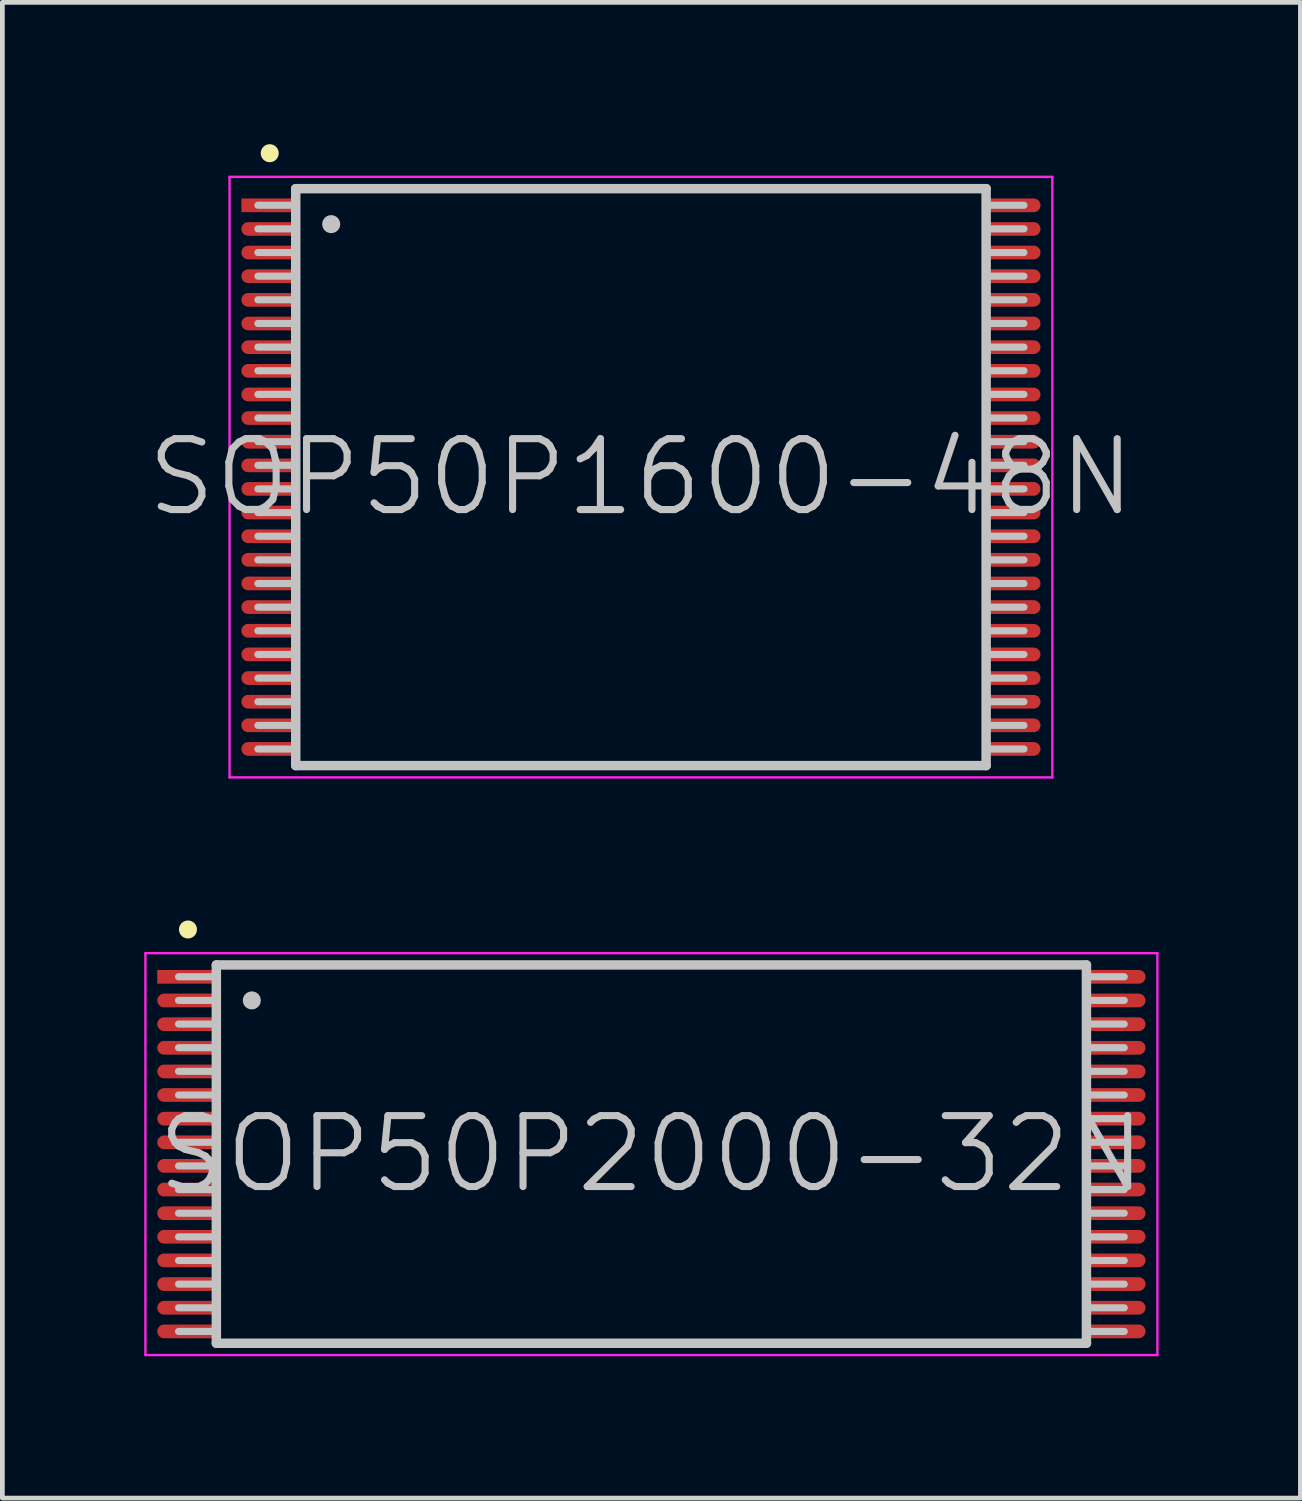
<source format=kicad_pcb>
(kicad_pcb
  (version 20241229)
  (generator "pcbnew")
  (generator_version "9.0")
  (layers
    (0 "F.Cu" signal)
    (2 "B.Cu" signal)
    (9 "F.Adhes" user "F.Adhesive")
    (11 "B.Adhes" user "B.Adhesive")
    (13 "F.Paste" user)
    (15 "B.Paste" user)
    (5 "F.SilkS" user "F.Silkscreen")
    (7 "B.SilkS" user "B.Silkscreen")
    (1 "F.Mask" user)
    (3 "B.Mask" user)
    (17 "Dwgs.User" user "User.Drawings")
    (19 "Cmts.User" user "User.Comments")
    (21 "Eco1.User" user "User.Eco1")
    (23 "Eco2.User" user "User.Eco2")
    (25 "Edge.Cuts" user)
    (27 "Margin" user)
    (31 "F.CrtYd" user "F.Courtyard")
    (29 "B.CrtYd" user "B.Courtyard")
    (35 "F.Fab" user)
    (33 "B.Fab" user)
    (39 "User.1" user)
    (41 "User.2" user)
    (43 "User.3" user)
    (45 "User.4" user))
  (footprint "SOP50P1600-48N"
    (layer "F.Cu")
    (at 10.504 7.04)
    (property "Reference" "SOP50P1600-48N" (at 0 0 0) (layer "Dwgs.User") (effects (font (size 1.5 1.5) (thickness 0.15))))
    (attr smd)
    (fp_line (start -7.85 -6.85) (end -7.85 -6.85) (stroke (width 0.381) (type solid)) (layer "F.SilkS"))
    (fp_line (start -7.3 -6.1) (end -7.3 6.1) (stroke (width 0.2) (type solid)) (layer "Dwgs.User"))
    (fp_line (start -7.3 -6.1) (end 7.3 -6.1) (stroke (width 0.2) (type solid)) (layer "Dwgs.User"))
    (fp_line (start -7.3 -5.75) (end -8.1 -5.75) (stroke (width 0.15) (type solid)) (layer "Dwgs.User"))
    (fp_line (start -7.3 -5.25) (end -8.1 -5.25) (stroke (width 0.15) (type solid)) (layer "Dwgs.User"))
    (fp_line (start -7.3 -4.75) (end -8.1 -4.75) (stroke (width 0.15) (type solid)) (layer "Dwgs.User"))
    (fp_line (start -7.3 -4.25) (end -8.1 -4.25) (stroke (width 0.15) (type solid)) (layer "Dwgs.User"))
    (fp_line (start -7.3 -3.75) (end -8.1 -3.75) (stroke (width 0.15) (type solid)) (layer "Dwgs.User"))
    (fp_line (start -7.3 -3.25) (end -8.1 -3.25) (stroke (width 0.15) (type solid)) (layer "Dwgs.User"))
    (fp_line (start -7.3 -2.75) (end -8.1 -2.75) (stroke (width 0.15) (type solid)) (layer "Dwgs.User"))
    (fp_line (start -7.3 -2.25) (end -8.1 -2.25) (stroke (width 0.15) (type solid)) (layer "Dwgs.User"))
    (fp_line (start -7.3 -1.75) (end -8.1 -1.75) (stroke (width 0.15) (type solid)) (layer "Dwgs.User"))
    (fp_line (start -7.3 -1.25) (end -8.1 -1.25) (stroke (width 0.15) (type solid)) (layer "Dwgs.User"))
    (fp_line (start -7.3 -0.75) (end -8.1 -0.75) (stroke (width 0.15) (type solid)) (layer "Dwgs.User"))
    (fp_line (start -7.3 -0.25) (end -8.1 -0.25) (stroke (width 0.15) (type solid)) (layer "Dwgs.User"))
    (fp_line (start -7.3 0.25) (end -8.1 0.25) (stroke (width 0.15) (type solid)) (layer "Dwgs.User"))
    (fp_line (start -7.3 0.75) (end -8.1 0.75) (stroke (width 0.15) (type solid)) (layer "Dwgs.User"))
    (fp_line (start -7.3 1.25) (end -8.1 1.25) (stroke (width 0.15) (type solid)) (layer "Dwgs.User"))
    (fp_line (start -7.3 1.75) (end -8.1 1.75) (stroke (width 0.15) (type solid)) (layer "Dwgs.User"))
    (fp_line (start -7.3 2.25) (end -8.1 2.25) (stroke (width 0.15) (type solid)) (layer "Dwgs.User"))
    (fp_line (start -7.3 2.75) (end -8.1 2.75) (stroke (width 0.15) (type solid)) (layer "Dwgs.User"))
    (fp_line (start -7.3 3.25) (end -8.1 3.25) (stroke (width 0.15) (type solid)) (layer "Dwgs.User"))
    (fp_line (start -7.3 3.75) (end -8.1 3.75) (stroke (width 0.15) (type solid)) (layer "Dwgs.User"))
    (fp_line (start -7.3 4.25) (end -8.1 4.25) (stroke (width 0.15) (type solid)) (layer "Dwgs.User"))
    (fp_line (start -7.3 4.75) (end -8.1 4.75) (stroke (width 0.15) (type solid)) (layer "Dwgs.User"))
    (fp_line (start -7.3 5.25) (end -8.1 5.25) (stroke (width 0.15) (type solid)) (layer "Dwgs.User"))
    (fp_line (start -7.3 5.75) (end -8.1 5.75) (stroke (width 0.15) (type solid)) (layer "Dwgs.User"))
    (fp_line (start -7.3 6.1) (end 7.3 6.1) (stroke (width 0.2) (type solid)) (layer "Dwgs.User"))
    (fp_line (start -6.55 -5.35) (end -6.55 -5.35) (stroke (width 0.381) (type solid)) (layer "Dwgs.User"))
    (fp_line (start 7.3 -6.1) (end 7.3 6.1) (stroke (width 0.2) (type solid)) (layer "Dwgs.User"))
    (fp_line (start 8.1 -5.75) (end 7.3 -5.75) (stroke (width 0.15) (type solid)) (layer "Dwgs.User"))
    (fp_line (start 8.1 -5.25) (end 7.3 -5.25) (stroke (width 0.15) (type solid)) (layer "Dwgs.User"))
    (fp_line (start 8.1 -4.75) (end 7.3 -4.75) (stroke (width 0.15) (type solid)) (layer "Dwgs.User"))
    (fp_line (start 8.1 -4.25) (end 7.3 -4.25) (stroke (width 0.15) (type solid)) (layer "Dwgs.User"))
    (fp_line (start 8.1 -3.75) (end 7.3 -3.75) (stroke (width 0.15) (type solid)) (layer "Dwgs.User"))
    (fp_line (start 8.1 -3.25) (end 7.3 -3.25) (stroke (width 0.15) (type solid)) (layer "Dwgs.User"))
    (fp_line (start 8.1 -2.75) (end 7.3 -2.75) (stroke (width 0.15) (type solid)) (layer "Dwgs.User"))
    (fp_line (start 8.1 -2.25) (end 7.3 -2.25) (stroke (width 0.15) (type solid)) (layer "Dwgs.User"))
    (fp_line (start 8.1 -1.75) (end 7.3 -1.75) (stroke (width 0.15) (type solid)) (layer "Dwgs.User"))
    (fp_line (start 8.1 -1.25) (end 7.3 -1.25) (stroke (width 0.15) (type solid)) (layer "Dwgs.User"))
    (fp_line (start 8.1 -0.75) (end 7.3 -0.75) (stroke (width 0.15) (type solid)) (layer "Dwgs.User"))
    (fp_line (start 8.1 -0.25) (end 7.3 -0.25) (stroke (width 0.15) (type solid)) (layer "Dwgs.User"))
    (fp_line (start 8.1 0.25) (end 7.3 0.25) (stroke (width 0.15) (type solid)) (layer "Dwgs.User"))
    (fp_line (start 8.1 0.75) (end 7.3 0.75) (stroke (width 0.15) (type solid)) (layer "Dwgs.User"))
    (fp_line (start 8.1 1.25) (end 7.3 1.25) (stroke (width 0.15) (type solid)) (layer "Dwgs.User"))
    (fp_line (start 8.1 1.75) (end 7.3 1.75) (stroke (width 0.15) (type solid)) (layer "Dwgs.User"))
    (fp_line (start 8.1 2.25) (end 7.3 2.25) (stroke (width 0.15) (type solid)) (layer "Dwgs.User"))
    (fp_line (start 8.1 2.75) (end 7.3 2.75) (stroke (width 0.15) (type solid)) (layer "Dwgs.User"))
    (fp_line (start 8.1 3.25) (end 7.3 3.25) (stroke (width 0.15) (type solid)) (layer "Dwgs.User"))
    (fp_line (start 8.1 3.75) (end 7.3 3.75) (stroke (width 0.15) (type solid)) (layer "Dwgs.User"))
    (fp_line (start 8.1 4.25) (end 7.3 4.25) (stroke (width 0.15) (type solid)) (layer "Dwgs.User"))
    (fp_line (start 8.1 4.75) (end 7.3 4.75) (stroke (width 0.15) (type solid)) (layer "Dwgs.User"))
    (fp_line (start 8.1 5.25) (end 7.3 5.25) (stroke (width 0.15) (type solid)) (layer "Dwgs.User"))
    (fp_line (start 8.1 5.75) (end 7.3 5.75) (stroke (width 0.15) (type solid)) (layer "Dwgs.User"))
    (fp_line (start -8.7 -6.35) (end -8.7 6.35) (stroke (width 0.05) (type solid)) (layer "F.CrtYd"))
    (fp_line (start -8.7 -6.35) (end 8.7 -6.35) (stroke (width 0.05) (type solid)) (layer "F.CrtYd"))
    (fp_line (start -8.7 6.35) (end 8.7 6.35) (stroke (width 0.05) (type solid)) (layer "F.CrtYd"))
    (fp_line (start 8.7 -6.35) (end 8.7 6.35) (stroke (width 0.05) (type solid)) (layer "F.CrtYd"))
    (pad "1" smd rect (at -7.849 -5.748 90) (size 0.29 1.2) (layers "F.Cu" "F.Mask" "F.Paste"))
    (pad "2" smd oval (at -7.849 -5.248 90) (size 0.29 1.2) (layers "F.Cu" "F.Mask" "F.Paste"))
    (pad "3" smd oval (at -7.849 -4.75 90) (size 0.29 1.2) (layers "F.Cu" "F.Mask" "F.Paste"))
    (pad "4" smd oval (at -7.849 -4.249 90) (size 0.29 1.2) (layers "F.Cu" "F.Mask" "F.Paste"))
    (pad "5" smd oval (at -7.849 -3.749 90) (size 0.29 1.2) (layers "F.Cu" "F.Mask" "F.Paste"))
    (pad "6" smd oval (at -7.849 -3.249 90) (size 0.29 1.2) (layers "F.Cu" "F.Mask" "F.Paste"))
    (pad "7" smd oval (at -7.849 -2.748 90) (size 0.29 1.2) (layers "F.Cu" "F.Mask" "F.Paste"))
    (pad "8" smd oval (at -7.849 -2.248 90) (size 0.29 1.2) (layers "F.Cu" "F.Mask" "F.Paste"))
    (pad "9" smd oval (at -7.849 -1.748 90) (size 0.29 1.2) (layers "F.Cu" "F.Mask" "F.Paste"))
    (pad "10" smd oval (at -7.849 -1.25 90) (size 0.29 1.2) (layers "F.Cu" "F.Mask" "F.Paste"))
    (pad "11" smd oval (at -7.849 -0.749 90) (size 0.29 1.2) (layers "F.Cu" "F.Mask" "F.Paste"))
    (pad "12" smd oval (at -7.849 -0.249 90) (size 0.29 1.2) (layers "F.Cu" "F.Mask" "F.Paste"))
    (pad "13" smd oval (at -7.849 0.249 90) (size 0.29 1.2) (layers "F.Cu" "F.Mask" "F.Paste"))
    (pad "14" smd oval (at -7.849 0.749 90) (size 0.29 1.2) (layers "F.Cu" "F.Mask" "F.Paste"))
    (pad "15" smd oval (at -7.849 1.25 90) (size 0.29 1.2) (layers "F.Cu" "F.Mask" "F.Paste"))
    (pad "16" smd oval (at -7.849 1.748 90) (size 0.29 1.2) (layers "F.Cu" "F.Mask" "F.Paste"))
    (pad "17" smd oval (at -7.849 2.248 90) (size 0.29 1.2) (layers "F.Cu" "F.Mask" "F.Paste"))
    (pad "18" smd oval (at -7.849 2.748 90) (size 0.29 1.2) (layers "F.Cu" "F.Mask" "F.Paste"))
    (pad "19" smd oval (at -7.849 3.249 90) (size 0.29 1.2) (layers "F.Cu" "F.Mask" "F.Paste"))
    (pad "20" smd oval (at -7.849 3.749 90) (size 0.29 1.2) (layers "F.Cu" "F.Mask" "F.Paste"))
    (pad "21" smd oval (at -7.849 4.249 90) (size 0.29 1.2) (layers "F.Cu" "F.Mask" "F.Paste"))
    (pad "22" smd oval (at -7.849 4.75 90) (size 0.29 1.2) (layers "F.Cu" "F.Mask" "F.Paste"))
    (pad "23" smd oval (at -7.849 5.248 90) (size 0.29 1.2) (layers "F.Cu" "F.Mask" "F.Paste"))
    (pad "24" smd oval (at -7.849 5.748 90) (size 0.29 1.2) (layers "F.Cu" "F.Mask" "F.Paste"))
    (pad "25" smd oval (at 7.849 5.748 270) (size 0.29 1.2) (layers "F.Cu" "F.Mask" "F.Paste"))
    (pad "26" smd oval (at 7.849 5.248 270) (size 0.29 1.2) (layers "F.Cu" "F.Mask" "F.Paste"))
    (pad "27" smd oval (at 7.849 4.75 270) (size 0.29 1.2) (layers "F.Cu" "F.Mask" "F.Paste"))
    (pad "28" smd oval (at 7.849 4.249 270) (size 0.29 1.2) (layers "F.Cu" "F.Mask" "F.Paste"))
    (pad "29" smd oval (at 7.849 3.749 270) (size 0.29 1.2) (layers "F.Cu" "F.Mask" "F.Paste"))
    (pad "30" smd oval (at 7.849 3.249 270) (size 0.29 1.2) (layers "F.Cu" "F.Mask" "F.Paste"))
    (pad "31" smd oval (at 7.849 2.748 270) (size 0.29 1.2) (layers "F.Cu" "F.Mask" "F.Paste"))
    (pad "32" smd oval (at 7.849 2.248 270) (size 0.29 1.2) (layers "F.Cu" "F.Mask" "F.Paste"))
    (pad "33" smd oval (at 7.849 1.748 270) (size 0.29 1.2) (layers "F.Cu" "F.Mask" "F.Paste"))
    (pad "34" smd oval (at 7.849 1.25 270) (size 0.29 1.2) (layers "F.Cu" "F.Mask" "F.Paste"))
    (pad "35" smd oval (at 7.849 0.749 270) (size 0.29 1.2) (layers "F.Cu" "F.Mask" "F.Paste"))
    (pad "36" smd oval (at 7.849 0.249 270) (size 0.29 1.2) (layers "F.Cu" "F.Mask" "F.Paste"))
    (pad "37" smd oval (at 7.849 -0.249 270) (size 0.29 1.2) (layers "F.Cu" "F.Mask" "F.Paste"))
    (pad "38" smd oval (at 7.849 -0.749 270) (size 0.29 1.2) (layers "F.Cu" "F.Mask" "F.Paste"))
    (pad "39" smd oval (at 7.849 -1.25 270) (size 0.29 1.2) (layers "F.Cu" "F.Mask" "F.Paste"))
    (pad "40" smd oval (at 7.849 -1.748 270) (size 0.29 1.2) (layers "F.Cu" "F.Mask" "F.Paste"))
    (pad "41" smd oval (at 7.849 -2.248 270) (size 0.29 1.2) (layers "F.Cu" "F.Mask" "F.Paste"))
    (pad "42" smd oval (at 7.849 -2.748 270) (size 0.29 1.2) (layers "F.Cu" "F.Mask" "F.Paste"))
    (pad "43" smd oval (at 7.849 -3.249 270) (size 0.29 1.2) (layers "F.Cu" "F.Mask" "F.Paste"))
    (pad "44" smd oval (at 7.849 -3.749 270) (size 0.29 1.2) (layers "F.Cu" "F.Mask" "F.Paste"))
    (pad "45" smd oval (at 7.849 -4.249 270) (size 0.29 1.2) (layers "F.Cu" "F.Mask" "F.Paste"))
    (pad "46" smd oval (at 7.849 -4.75 270) (size 0.29 1.2) (layers "F.Cu" "F.Mask" "F.Paste"))
    (pad "47" smd oval (at 7.849 -5.248 270) (size 0.29 1.2) (layers "F.Cu" "F.Mask" "F.Paste"))
    (pad "48" smd oval (at 7.849 -5.748 270) (size 0.29 1.2) (layers "F.Cu" "F.Mask" "F.Paste")))
  (footprint "SOP50P2000-32N"
    (layer "F.Cu")
    (at 10.725 21.356)
    (property "Reference" "SOP50P2000-32N" (at 0 0 0) (layer "Dwgs.User") (effects (font (size 1.5 1.5) (thickness 0.15))))
    (attr smd)
    (fp_line (start -9.8 -4.75) (end -9.8 -4.75) (stroke (width 0.381) (type solid)) (layer "F.SilkS"))
    (fp_line (start -9.2 -4) (end -9.2 4) (stroke (width 0.2) (type solid)) (layer "Dwgs.User"))
    (fp_line (start -9.2 -4) (end 9.2 -4) (stroke (width 0.2) (type solid)) (layer "Dwgs.User"))
    (fp_line (start -9.2 -3.75) (end -10 -3.75) (stroke (width 0.15) (type solid)) (layer "Dwgs.User"))
    (fp_line (start -9.2 -3.25) (end -10 -3.25) (stroke (width 0.15) (type solid)) (layer "Dwgs.User"))
    (fp_line (start -9.2 -2.75) (end -10 -2.75) (stroke (width 0.15) (type solid)) (layer "Dwgs.User"))
    (fp_line (start -9.2 -2.25) (end -10 -2.25) (stroke (width 0.15) (type solid)) (layer "Dwgs.User"))
    (fp_line (start -9.2 -1.75) (end -10 -1.75) (stroke (width 0.15) (type solid)) (layer "Dwgs.User"))
    (fp_line (start -9.2 -1.25) (end -10 -1.25) (stroke (width 0.15) (type solid)) (layer "Dwgs.User"))
    (fp_line (start -9.2 -0.75) (end -10 -0.75) (stroke (width 0.15) (type solid)) (layer "Dwgs.User"))
    (fp_line (start -9.2 -0.25) (end -10 -0.25) (stroke (width 0.15) (type solid)) (layer "Dwgs.User"))
    (fp_line (start -9.2 0.25) (end -10 0.25) (stroke (width 0.15) (type solid)) (layer "Dwgs.User"))
    (fp_line (start -9.2 0.75) (end -10 0.75) (stroke (width 0.15) (type solid)) (layer "Dwgs.User"))
    (fp_line (start -9.2 1.25) (end -10 1.25) (stroke (width 0.15) (type solid)) (layer "Dwgs.User"))
    (fp_line (start -9.2 1.75) (end -10 1.75) (stroke (width 0.15) (type solid)) (layer "Dwgs.User"))
    (fp_line (start -9.2 2.25) (end -10 2.25) (stroke (width 0.15) (type solid)) (layer "Dwgs.User"))
    (fp_line (start -9.2 2.75) (end -10 2.75) (stroke (width 0.15) (type solid)) (layer "Dwgs.User"))
    (fp_line (start -9.2 3.25) (end -10 3.25) (stroke (width 0.15) (type solid)) (layer "Dwgs.User"))
    (fp_line (start -9.2 3.75) (end -10 3.75) (stroke (width 0.15) (type solid)) (layer "Dwgs.User"))
    (fp_line (start -9.2 4) (end 9.2 4) (stroke (width 0.2) (type solid)) (layer "Dwgs.User"))
    (fp_line (start -8.45 -3.25) (end -8.45 -3.25) (stroke (width 0.381) (type solid)) (layer "Dwgs.User"))
    (fp_line (start 9.2 -4) (end 9.2 4) (stroke (width 0.2) (type solid)) (layer "Dwgs.User"))
    (fp_line (start 10 -3.75) (end 9.2 -3.75) (stroke (width 0.15) (type solid)) (layer "Dwgs.User"))
    (fp_line (start 10 -3.25) (end 9.2 -3.25) (stroke (width 0.15) (type solid)) (layer "Dwgs.User"))
    (fp_line (start 10 -2.75) (end 9.2 -2.75) (stroke (width 0.15) (type solid)) (layer "Dwgs.User"))
    (fp_line (start 10 -2.25) (end 9.2 -2.25) (stroke (width 0.15) (type solid)) (layer "Dwgs.User"))
    (fp_line (start 10 -1.75) (end 9.2 -1.75) (stroke (width 0.15) (type solid)) (layer "Dwgs.User"))
    (fp_line (start 10 -1.25) (end 9.2 -1.25) (stroke (width 0.15) (type solid)) (layer "Dwgs.User"))
    (fp_line (start 10 -0.75) (end 9.2 -0.75) (stroke (width 0.15) (type solid)) (layer "Dwgs.User"))
    (fp_line (start 10 -0.25) (end 9.2 -0.25) (stroke (width 0.15) (type solid)) (layer "Dwgs.User"))
    (fp_line (start 10 0.25) (end 9.2 0.25) (stroke (width 0.15) (type solid)) (layer "Dwgs.User"))
    (fp_line (start 10 0.75) (end 9.2 0.75) (stroke (width 0.15) (type solid)) (layer "Dwgs.User"))
    (fp_line (start 10 1.25) (end 9.2 1.25) (stroke (width 0.15) (type solid)) (layer "Dwgs.User"))
    (fp_line (start 10 1.75) (end 9.2 1.75) (stroke (width 0.15) (type solid)) (layer "Dwgs.User"))
    (fp_line (start 10 2.25) (end 9.2 2.25) (stroke (width 0.15) (type solid)) (layer "Dwgs.User"))
    (fp_line (start 10 2.75) (end 9.2 2.75) (stroke (width 0.15) (type solid)) (layer "Dwgs.User"))
    (fp_line (start 10 3.25) (end 9.2 3.25) (stroke (width 0.15) (type solid)) (layer "Dwgs.User"))
    (fp_line (start 10 3.75) (end 9.2 3.75) (stroke (width 0.15) (type solid)) (layer "Dwgs.User"))
    (fp_line (start -10.7 -4.25) (end -10.7 4.25) (stroke (width 0.05) (type solid)) (layer "F.CrtYd"))
    (fp_line (start -10.7 -4.25) (end 10.7 -4.25) (stroke (width 0.05) (type solid)) (layer "F.CrtYd"))
    (fp_line (start -10.7 4.25) (end 10.7 4.25) (stroke (width 0.05) (type solid)) (layer "F.CrtYd"))
    (fp_line (start 10.7 -4.25) (end 10.7 4.25) (stroke (width 0.05) (type solid)) (layer "F.CrtYd"))
    (pad "1" smd rect (at -9.799 -3.749 90) (size 0.29 1.3) (layers "F.Cu" "F.Mask" "F.Paste"))
    (pad "2" smd oval (at -9.799 -3.249 90) (size 0.29 1.3) (layers "F.Cu" "F.Mask" "F.Paste"))
    (pad "3" smd oval (at -9.799 -2.748 90) (size 0.29 1.3) (layers "F.Cu" "F.Mask" "F.Paste"))
    (pad "4" smd oval (at -9.799 -2.248 90) (size 0.29 1.3) (layers "F.Cu" "F.Mask" "F.Paste"))
    (pad "5" smd oval (at -9.799 -1.748 90) (size 0.29 1.3) (layers "F.Cu" "F.Mask" "F.Paste"))
    (pad "6" smd oval (at -9.799 -1.25 90) (size 0.29 1.3) (layers "F.Cu" "F.Mask" "F.Paste"))
    (pad "7" smd oval (at -9.799 -0.749 90) (size 0.29 1.3) (layers "F.Cu" "F.Mask" "F.Paste"))
    (pad "8" smd oval (at -9.799 -0.249 90) (size 0.29 1.3) (layers "F.Cu" "F.Mask" "F.Paste"))
    (pad "9" smd oval (at -9.799 0.249 90) (size 0.29 1.3) (layers "F.Cu" "F.Mask" "F.Paste"))
    (pad "10" smd oval (at -9.799 0.749 90) (size 0.29 1.3) (layers "F.Cu" "F.Mask" "F.Paste"))
    (pad "11" smd oval (at -9.799 1.25 90) (size 0.29 1.3) (layers "F.Cu" "F.Mask" "F.Paste"))
    (pad "12" smd oval (at -9.799 1.748 90) (size 0.29 1.3) (layers "F.Cu" "F.Mask" "F.Paste"))
    (pad "13" smd oval (at -9.799 2.248 90) (size 0.29 1.3) (layers "F.Cu" "F.Mask" "F.Paste"))
    (pad "14" smd oval (at -9.799 2.748 90) (size 0.29 1.3) (layers "F.Cu" "F.Mask" "F.Paste"))
    (pad "15" smd oval (at -9.799 3.249 90) (size 0.29 1.3) (layers "F.Cu" "F.Mask" "F.Paste"))
    (pad "16" smd oval (at -9.799 3.749 90) (size 0.29 1.3) (layers "F.Cu" "F.Mask" "F.Paste"))
    (pad "17" smd oval (at 9.799 3.749 270) (size 0.29 1.3) (layers "F.Cu" "F.Mask" "F.Paste"))
    (pad "18" smd oval (at 9.799 3.249 270) (size 0.29 1.3) (layers "F.Cu" "F.Mask" "F.Paste"))
    (pad "19" smd oval (at 9.799 2.748 270) (size 0.29 1.3) (layers "F.Cu" "F.Mask" "F.Paste"))
    (pad "20" smd oval (at 9.799 2.248 270) (size 0.29 1.3) (layers "F.Cu" "F.Mask" "F.Paste"))
    (pad "21" smd oval (at 9.799 1.748 270) (size 0.29 1.3) (layers "F.Cu" "F.Mask" "F.Paste"))
    (pad "22" smd oval (at 9.799 1.25 270) (size 0.29 1.3) (layers "F.Cu" "F.Mask" "F.Paste"))
    (pad "23" smd oval (at 9.799 0.749 270) (size 0.29 1.3) (layers "F.Cu" "F.Mask" "F.Paste"))
    (pad "24" smd oval (at 9.799 0.249 270) (size 0.29 1.3) (layers "F.Cu" "F.Mask" "F.Paste"))
    (pad "25" smd oval (at 9.799 -0.249 270) (size 0.29 1.3) (layers "F.Cu" "F.Mask" "F.Paste"))
    (pad "26" smd oval (at 9.799 -0.749 270) (size 0.29 1.3) (layers "F.Cu" "F.Mask" "F.Paste"))
    (pad "27" smd oval (at 9.799 -1.25 270) (size 0.29 1.3) (layers "F.Cu" "F.Mask" "F.Paste"))
    (pad "28" smd oval (at 9.799 -1.748 270) (size 0.29 1.3) (layers "F.Cu" "F.Mask" "F.Paste"))
    (pad "29" smd oval (at 9.799 -2.248 270) (size 0.29 1.3) (layers "F.Cu" "F.Mask" "F.Paste"))
    (pad "30" smd oval (at 9.799 -2.748 270) (size 0.29 1.3) (layers "F.Cu" "F.Mask" "F.Paste"))
    (pad "31" smd oval (at 9.799 -3.249 270) (size 0.29 1.3) (layers "F.Cu" "F.Mask" "F.Paste"))
    (pad "32" smd oval (at 9.799 -3.749 270) (size 0.29 1.3) (layers "F.Cu" "F.Mask" "F.Paste")))
  (gr_rect
    (start -3 -3)
    (end 24.45 28.631)
    (stroke (width 0.1) (type default))
    (fill no)
    (layer "Edge.Cuts")))
</source>
